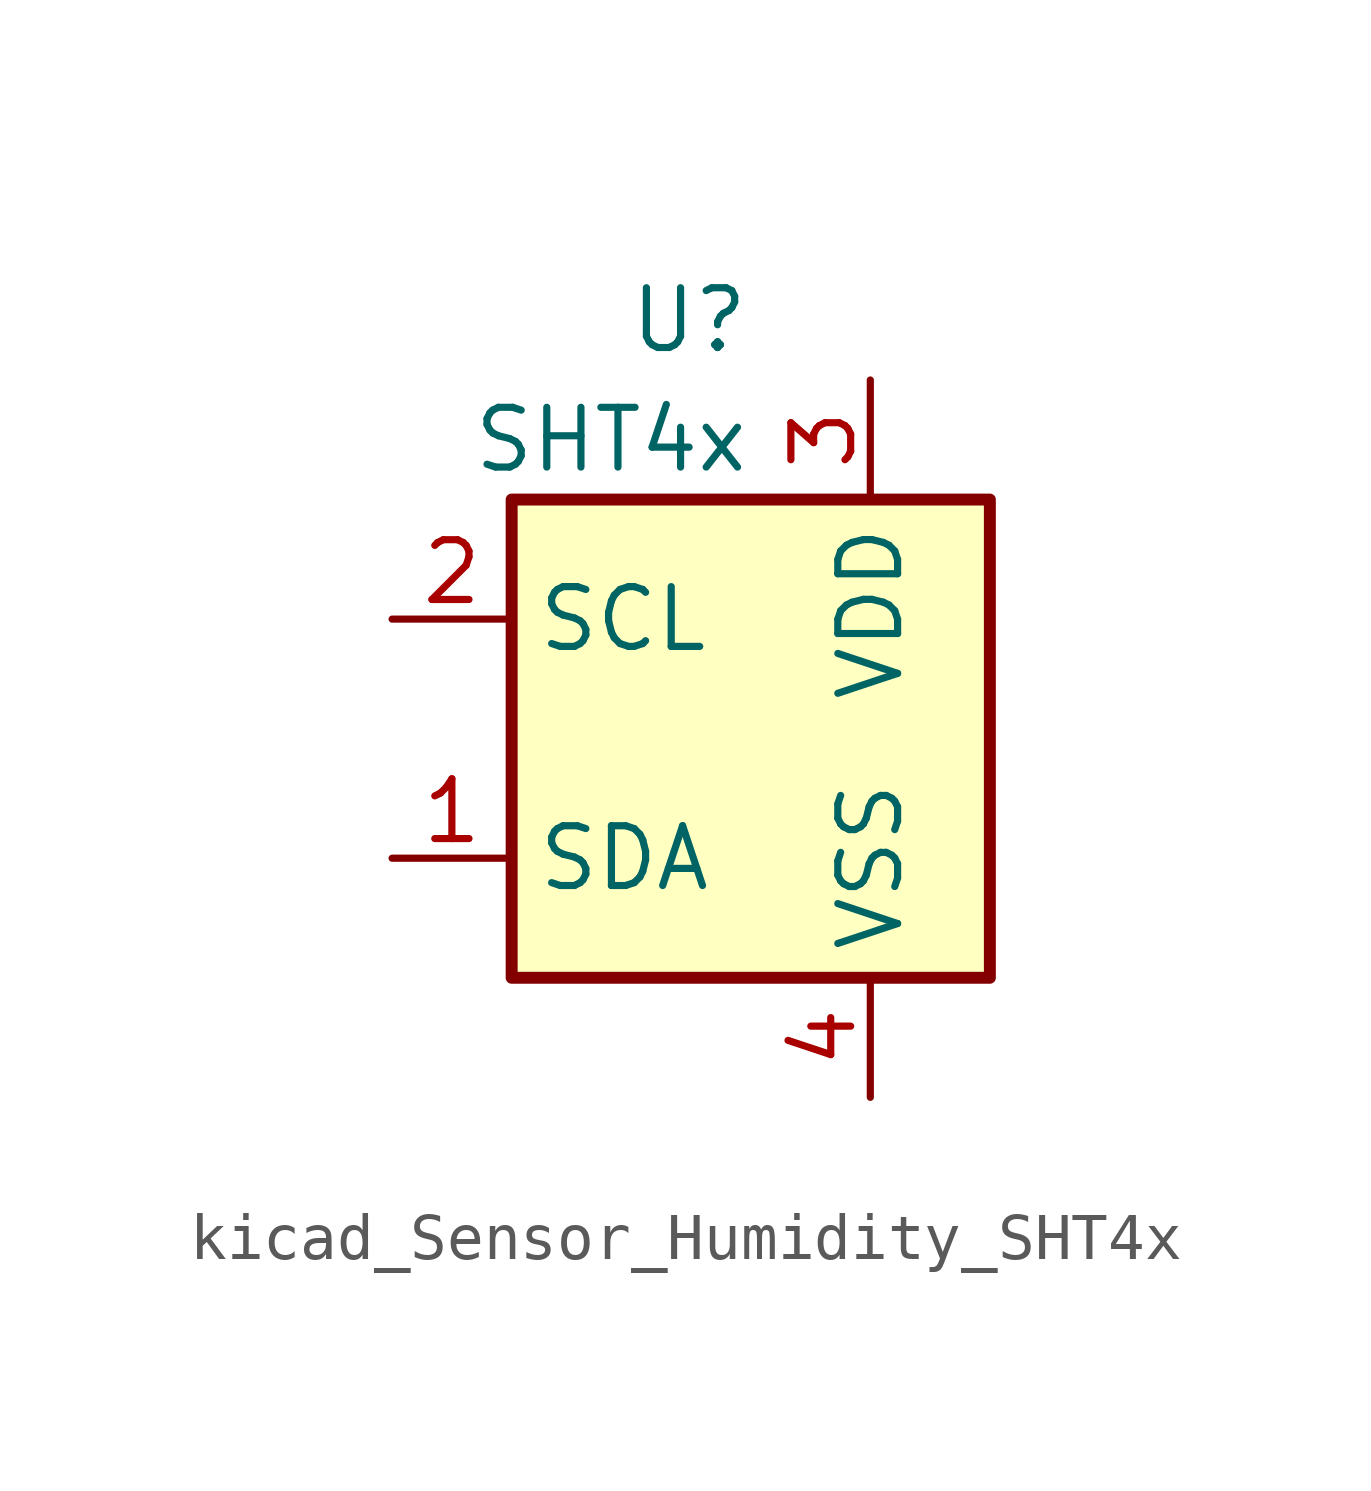
<source format=kicad_sym>
(kicad_symbol_lib
  (version 20220914)
  (generator kicad_symbol_editor)
  (symbol "kicad_Sensor_Humidity_SHT4x"
    (property "Reference" "U"
      (at 0 8.89 0)
      (effects (font (size 1.27 1.27)) (justify right)))
    (property "Value" "SHT4x"
      (at 0 6.35 0)
      (effects (font (size 1.27 1.27)) (justify right)))
    (symbol "kicad_Sensor_Humidity_SHT4x_1_1"
      (rectangle (start -5.08 5.08) (end 5.08 -5.08) (stroke (width 0.254) (type default)) (fill (type background)))
      (pin bidirectional line (at -7.62 -2.54 0) (length 2.54) (name "SDA" (effects (font (size 1.27 1.27)))) (number "1" (effects (font (size 1.27 1.27)))))
      (pin input line (at -7.62 2.54 0) (length 2.54) (name "SCL" (effects (font (size 1.27 1.27)))) (number "2" (effects (font (size 1.27 1.27)))))
      (pin power_in line (at 2.54 7.62 270) (length 2.54) (name "VDD" (effects (font (size 1.27 1.27)))) (number "3" (effects (font (size 1.27 1.27)))))
      (pin power_in line (at 2.54 -7.62 90) (length 2.54) (name "VSS" (effects (font (size 1.27 1.27)))) (number "4" (effects (font (size 1.27 1.27))))))))
</source>
